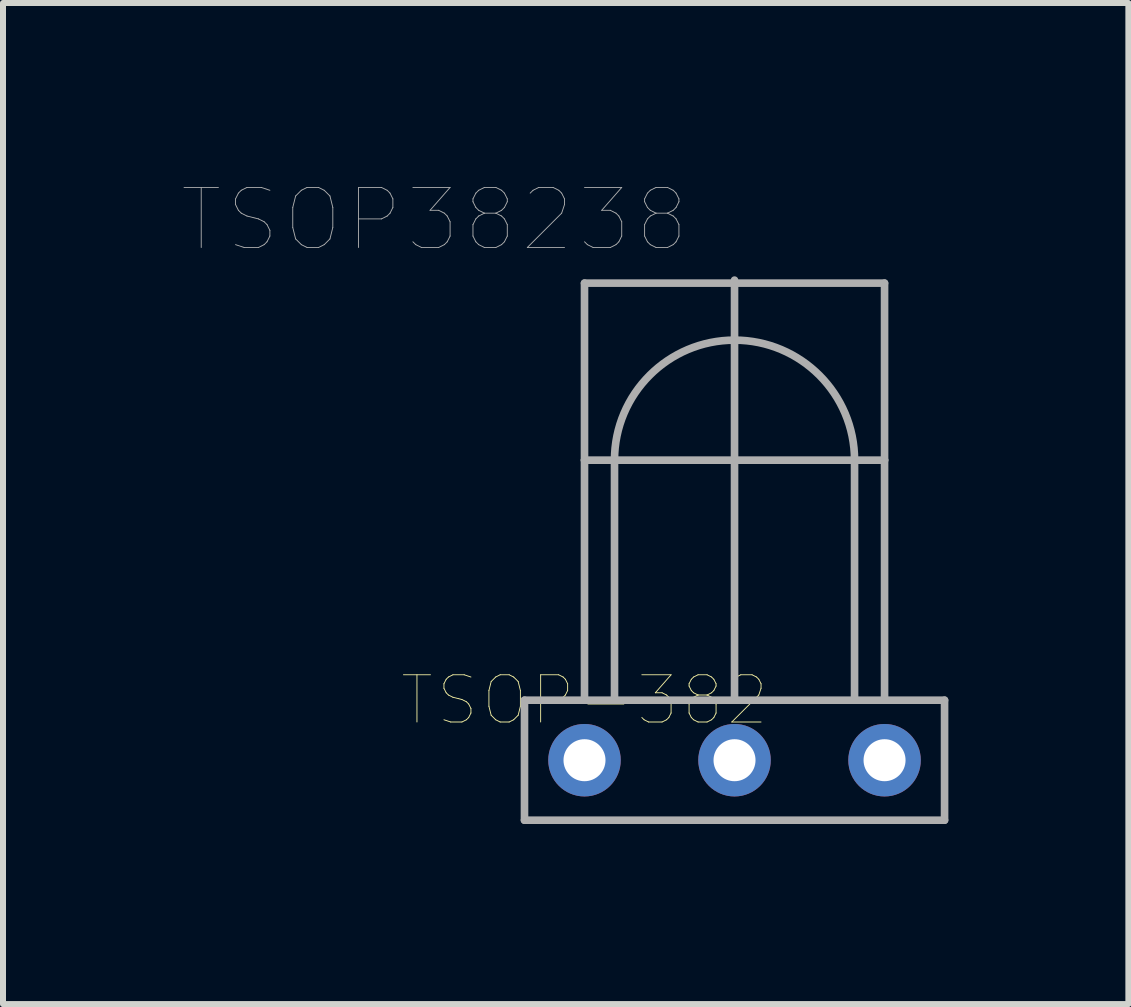
<source format=kicad_pcb>
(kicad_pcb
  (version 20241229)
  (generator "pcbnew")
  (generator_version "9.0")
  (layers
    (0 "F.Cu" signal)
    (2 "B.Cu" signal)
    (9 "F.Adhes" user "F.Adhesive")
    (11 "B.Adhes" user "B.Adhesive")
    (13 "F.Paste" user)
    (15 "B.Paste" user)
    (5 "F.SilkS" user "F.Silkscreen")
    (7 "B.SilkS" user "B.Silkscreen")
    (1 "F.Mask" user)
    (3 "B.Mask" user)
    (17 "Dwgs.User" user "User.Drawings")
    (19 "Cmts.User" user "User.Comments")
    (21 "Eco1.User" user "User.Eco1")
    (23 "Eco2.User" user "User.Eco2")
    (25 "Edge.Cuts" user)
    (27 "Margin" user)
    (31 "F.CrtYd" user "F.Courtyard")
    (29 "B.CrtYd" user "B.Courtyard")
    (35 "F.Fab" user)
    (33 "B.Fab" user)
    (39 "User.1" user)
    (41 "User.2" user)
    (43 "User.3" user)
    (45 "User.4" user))
  (footprint "TSOP-382"
    (layer "F.Cu")
    (at 6.69 8.618)
    (property "Reference" "TSOP-382" (at 0 0 0) (layer "F.SilkS") (effects (font (size 0.787 0.787) (thickness 0.015))))
    (attr through_hole)
    (fp_line (start -1 0) (end 0 0) (stroke (width 0.127) (type solid)) (layer "F.Fab"))
    (fp_line (start -1 2) (end -1 0) (stroke (width 0.127) (type solid)) (layer "F.Fab"))
    (fp_line (start 0 -6.95) (end 0 -4) (stroke (width 0.127) (type solid)) (layer "F.Fab"))
    (fp_line (start 0 -4) (end 0 0) (stroke (width 0.127) (type solid)) (layer "F.Fab"))
    (fp_line (start 0 -4) (end 5 -4) (stroke (width 0.127) (type solid)) (layer "F.Fab"))
    (fp_line (start 0 0) (end 0.5 0) (stroke (width 0.127) (type solid)) (layer "F.Fab"))
    (fp_line (start 0.5 -4) (end 0.5 0) (stroke (width 0.127) (type solid)) (layer "F.Fab"))
    (fp_line (start 0.5 0) (end 2.5 0) (stroke (width 0.127) (type solid)) (layer "F.Fab"))
    (fp_line (start 2.5 -7) (end 2.5 0) (stroke (width 0.127) (type solid)) (layer "F.Fab"))
    (fp_line (start 2.5 0) (end 4.5 0) (stroke (width 0.127) (type solid)) (layer "F.Fab"))
    (fp_line (start 4.5 -4) (end 4.5 0) (stroke (width 0.127) (type solid)) (layer "F.Fab"))
    (fp_line (start 4.5 0) (end 5 0) (stroke (width 0.127) (type solid)) (layer "F.Fab"))
    (fp_line (start 5 -6.95) (end 0 -6.95) (stroke (width 0.127) (type solid)) (layer "F.Fab"))
    (fp_line (start 5 -4) (end 5 -6.95) (stroke (width 0.127) (type solid)) (layer "F.Fab"))
    (fp_line (start 5 0) (end 5 -4) (stroke (width 0.127) (type solid)) (layer "F.Fab"))
    (fp_line (start 5 0) (end 6 0) (stroke (width 0.127) (type solid)) (layer "F.Fab"))
    (fp_line (start 6 0) (end 6 2) (stroke (width 0.127) (type solid)) (layer "F.Fab"))
    (fp_line (start 6 2) (end -1 2) (stroke (width 0.127) (type solid)) (layer "F.Fab"))
    (fp_arc (start 0.5 -4) (mid 2.5 -6) (end 4.5 -4) (stroke (width 0.127) (type solid)) (layer "F.Fab"))
    (fp_text user "TSOP38238" (at -2.502 -8.006 0) (layer "F.Fab") (effects (font (size 1.001 1.001) (thickness 0.015))))
    (pad "GND" thru_hole circle (at 2.5 1) (size 1.208 1.208) (drill 0.7) (layers "*.Cu" "*.Mask"))
    (pad "OUT" thru_hole circle (at 0 1) (size 1.208 1.208) (drill 0.7) (layers "*.Cu" "*.Mask"))
    (pad "VS" thru_hole circle (at 5 1) (size 1.208 1.208) (drill 0.7) (layers "*.Cu" "*.Mask")))
  (gr_rect
    (start -3 -3)
    (end 15.753 13.682)
    (stroke (width 0.1) (type default))
    (fill no)
    (layer "Edge.Cuts")))
</source>
